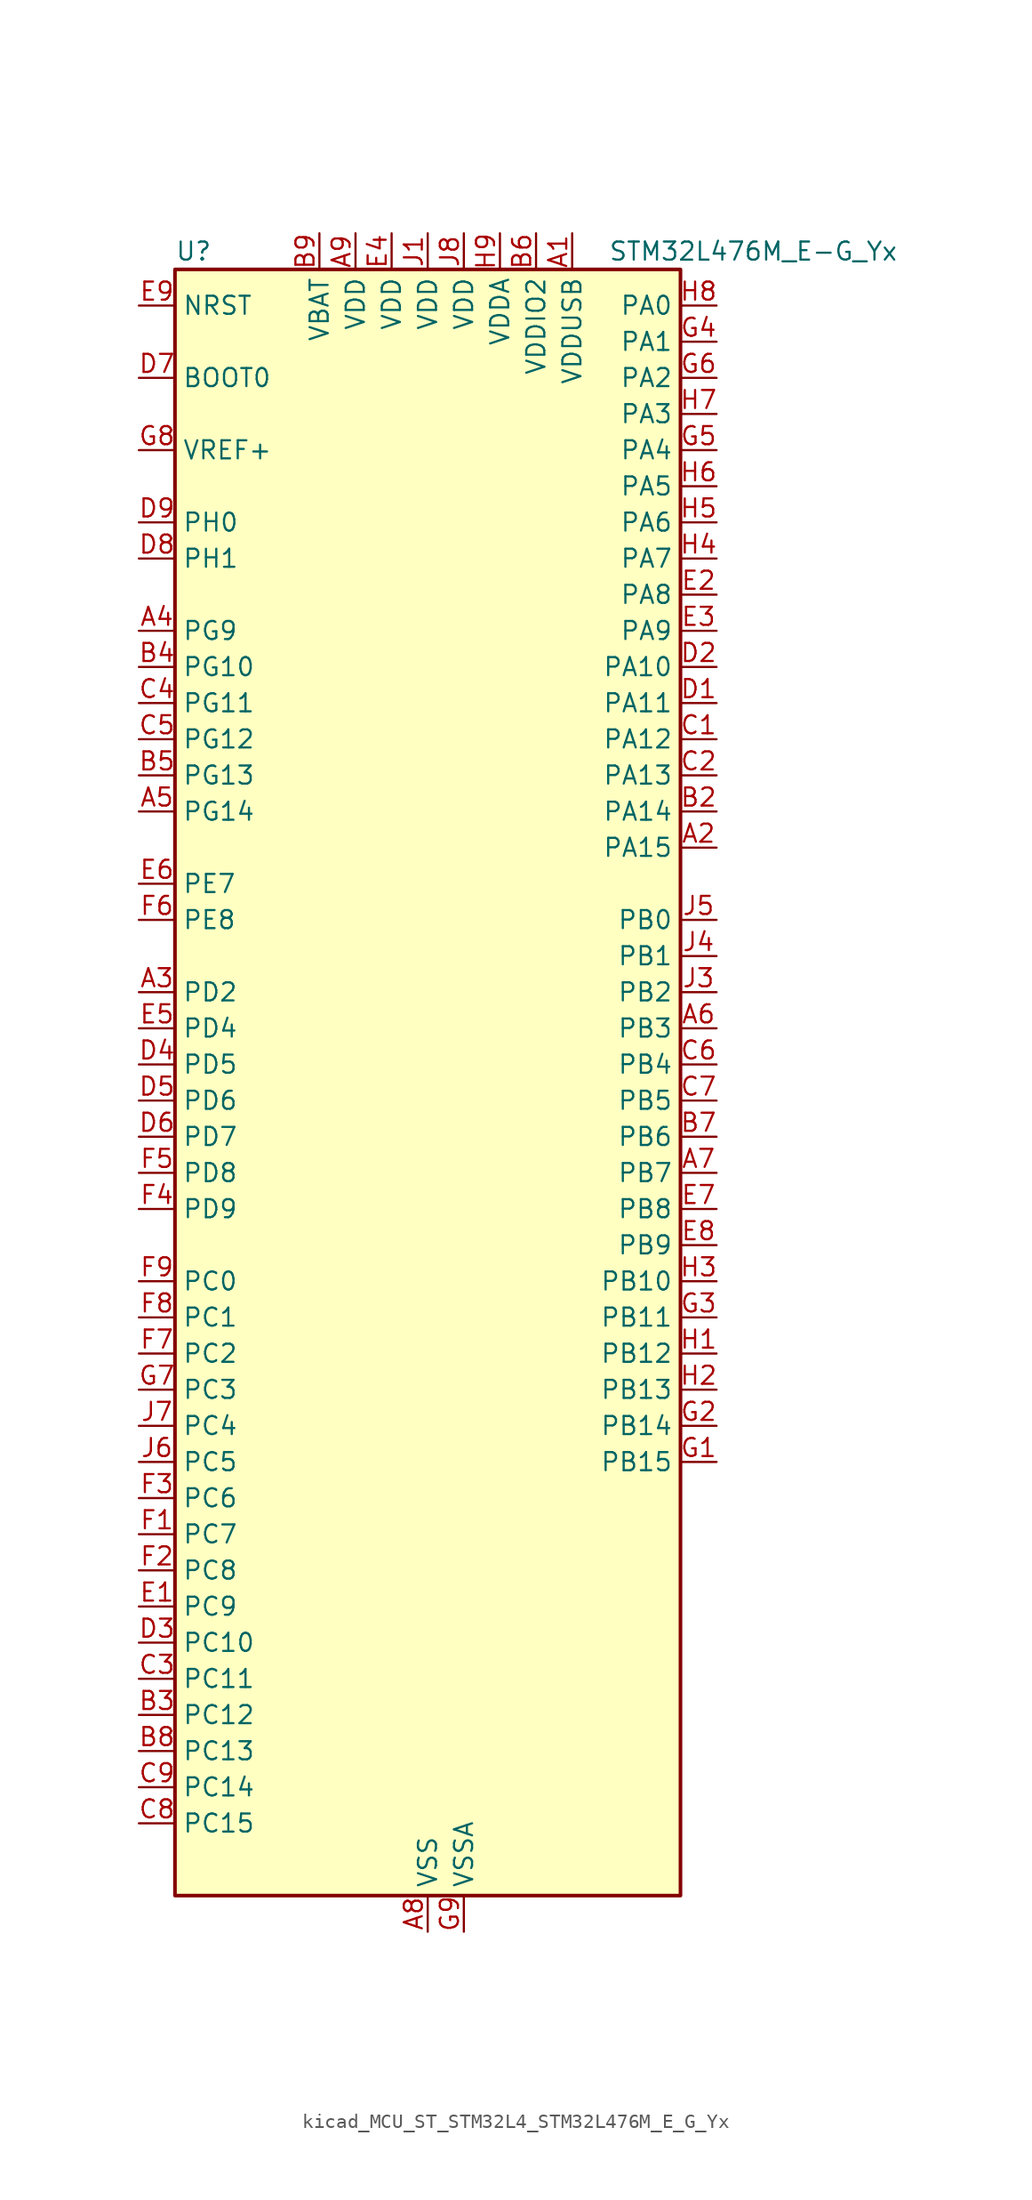
<source format=kicad_sym>
(kicad_symbol_lib
  (version 20220914)
  (generator kicad_symbol_editor)
  (symbol "kicad_MCU_ST_STM32L4_STM32L476M_E_G_Yx"
    (property "Reference" "U"
      (at -17.78 59.69 0)
      (effects (font (size 1.27 1.27)) (justify left)))
    (property "Value" "STM32L476M_E-G_Yx"
      (at 12.7 59.69 0)
      (effects (font (size 1.27 1.27)) (justify left)))
    (property "ki_locked" ""
      (at 0 0 0)
      (effects (font (size 1.27 1.27))))
    (symbol "kicad_MCU_ST_STM32L4_STM32L476M_E_G_Yx_0_1"
      (rectangle (start -17.78 -55.88) (end 17.78 58.42) (stroke (width 0.254) (type default)) (fill (type background))))
    (symbol "kicad_MCU_ST_STM32L4_STM32L476M_E_G_Yx_1_1"
      (pin power_in line (at 10.16 60.96 270) (length 2.54) (name "VDDUSB" (effects (font (size 1.27 1.27)))) (number "A1" (effects (font (size 1.27 1.27)))))
      (pin bidirectional line (at 20.32 17.78 180) (length 2.54) (name "PA15" (effects (font (size 1.27 1.27)))) (number "A2" (effects (font (size 1.27 1.27)))) (alternate "ADC1_EXTI15" bidirectional line) (alternate "ADC2_EXTI15" bidirectional line) (alternate "ADC3_EXTI15" bidirectional line) (alternate "LCD_SEG17" bidirectional line) (alternate "SAI2_FS_B" bidirectional line) (alternate "SPI1_NSS" bidirectional line) (alternate "SPI3_NSS" bidirectional line) (alternate "SYS_JTDI" bidirectional line) (alternate "TIM2_CH1" bidirectional line) (alternate "TIM2_ETR" bidirectional line) (alternate "TSC_G3_IO1" bidirectional line) (alternate "UART4_DE" bidirectional line) (alternate "UART4_RTS" bidirectional line))
      (pin bidirectional line (at -20.32 7.62 0) (length 2.54) (name "PD2" (effects (font (size 1.27 1.27)))) (number "A3" (effects (font (size 1.27 1.27)))) (alternate "LCD_COM7" bidirectional line) (alternate "LCD_SEG31" bidirectional line) (alternate "LCD_SEG43" bidirectional line) (alternate "SDMMC1_CMD" bidirectional line) (alternate "TIM3_ETR" bidirectional line) (alternate "TSC_SYNC" bidirectional line) (alternate "UART5_RX" bidirectional line) (alternate "USART3_DE" bidirectional line) (alternate "USART3_RTS" bidirectional line))
      (pin bidirectional line (at -20.32 33.02 0) (length 2.54) (name "PG9" (effects (font (size 1.27 1.27)))) (number "A4" (effects (font (size 1.27 1.27)))) (alternate "DAC1_EXTI9" bidirectional line) (alternate "SAI2_SCK_A" bidirectional line) (alternate "SPI3_SCK" bidirectional line) (alternate "TIM15_CH1N" bidirectional line) (alternate "USART1_TX" bidirectional line))
      (pin bidirectional line (at -20.32 20.32 0) (length 2.54) (name "PG14" (effects (font (size 1.27 1.27)))) (number "A5" (effects (font (size 1.27 1.27)))) (alternate "I2C1_SCL" bidirectional line))
      (pin bidirectional line (at 20.32 5.08 180) (length 2.54) (name "PB3" (effects (font (size 1.27 1.27)))) (number "A6" (effects (font (size 1.27 1.27)))) (alternate "COMP2_INM" bidirectional line) (alternate "LCD_SEG7" bidirectional line) (alternate "SAI1_SCK_B" bidirectional line) (alternate "SPI1_SCK" bidirectional line) (alternate "SPI3_SCK" bidirectional line) (alternate "SYS_JTDO-SWO" bidirectional line) (alternate "TIM2_CH2" bidirectional line) (alternate "USART1_DE" bidirectional line) (alternate "USART1_RTS" bidirectional line))
      (pin bidirectional line (at 20.32 -5.08 180) (length 2.54) (name "PB7" (effects (font (size 1.27 1.27)))) (number "A7" (effects (font (size 1.27 1.27)))) (alternate "COMP2_INM" bidirectional line) (alternate "DFSDM1_CKIN5" bidirectional line) (alternate "I2C1_SDA" bidirectional line) (alternate "LCD_SEG21" bidirectional line) (alternate "LPTIM1_IN2" bidirectional line) (alternate "SYS_PVD_IN" bidirectional line) (alternate "TIM17_CH1N" bidirectional line) (alternate "TIM4_CH2" bidirectional line) (alternate "TIM8_BKIN" bidirectional line) (alternate "TIM8_BKIN_COMP1" bidirectional line) (alternate "TSC_G2_IO4" bidirectional line) (alternate "UART4_CTS" bidirectional line) (alternate "USART1_RX" bidirectional line))
      (pin power_in line (at 0 -58.42 90) (length 2.54) (name "VSS" (effects (font (size 1.27 1.27)))) (number "A8" (effects (font (size 1.27 1.27)))))
      (pin power_in line (at -5.08 60.96 270) (length 2.54) (name "VDD" (effects (font (size 1.27 1.27)))) (number "A9" (effects (font (size 1.27 1.27)))))
      (pin passive line (at 0 -58.42 90) (length 2.54) hide (name "VSS" (effects (font (size 1.27 1.27)))) (number "B1" (effects (font (size 1.27 1.27)))))
      (pin bidirectional line (at 20.32 20.32 180) (length 2.54) (name "PA14" (effects (font (size 1.27 1.27)))) (number "B2" (effects (font (size 1.27 1.27)))) (alternate "SYS_JTCK-SWCLK" bidirectional line))
      (pin bidirectional line (at -20.32 -43.18 0) (length 2.54) (name "PC12" (effects (font (size 1.27 1.27)))) (number "B3" (effects (font (size 1.27 1.27)))) (alternate "LCD_COM6" bidirectional line) (alternate "LCD_SEG30" bidirectional line) (alternate "LCD_SEG42" bidirectional line) (alternate "SAI2_SD_B" bidirectional line) (alternate "SDMMC1_CK" bidirectional line) (alternate "SPI3_MOSI" bidirectional line) (alternate "TSC_G3_IO4" bidirectional line) (alternate "UART5_TX" bidirectional line) (alternate "USART3_CK" bidirectional line))
      (pin bidirectional line (at -20.32 30.48 0) (length 2.54) (name "PG10" (effects (font (size 1.27 1.27)))) (number "B4" (effects (font (size 1.27 1.27)))) (alternate "LPTIM1_IN1" bidirectional line) (alternate "SAI2_FS_A" bidirectional line) (alternate "SPI3_MISO" bidirectional line) (alternate "TIM15_CH1" bidirectional line) (alternate "USART1_RX" bidirectional line))
      (pin bidirectional line (at -20.32 22.86 0) (length 2.54) (name "PG13" (effects (font (size 1.27 1.27)))) (number "B5" (effects (font (size 1.27 1.27)))) (alternate "I2C1_SDA" bidirectional line) (alternate "USART1_CK" bidirectional line))
      (pin power_in line (at 7.62 60.96 270) (length 2.54) (name "VDDIO2" (effects (font (size 1.27 1.27)))) (number "B6" (effects (font (size 1.27 1.27)))))
      (pin bidirectional line (at 20.32 -2.54 180) (length 2.54) (name "PB6" (effects (font (size 1.27 1.27)))) (number "B7" (effects (font (size 1.27 1.27)))) (alternate "COMP2_INP" bidirectional line) (alternate "DFSDM1_DATIN5" bidirectional line) (alternate "I2C1_SCL" bidirectional line) (alternate "LPTIM1_ETR" bidirectional line) (alternate "SAI1_FS_B" bidirectional line) (alternate "TIM16_CH1N" bidirectional line) (alternate "TIM4_CH1" bidirectional line) (alternate "TIM8_BKIN2" bidirectional line) (alternate "TIM8_BKIN2_COMP2" bidirectional line) (alternate "TSC_G2_IO3" bidirectional line) (alternate "USART1_TX" bidirectional line))
      (pin bidirectional line (at -20.32 -45.72 0) (length 2.54) (name "PC13" (effects (font (size 1.27 1.27)))) (number "B8" (effects (font (size 1.27 1.27)))) (alternate "RTC_OUT_ALARM" bidirectional line) (alternate "RTC_OUT_CALIB" bidirectional line) (alternate "RTC_TAMP1" bidirectional line) (alternate "RTC_TS" bidirectional line) (alternate "SYS_WKUP2" bidirectional line))
      (pin power_in line (at -7.62 60.96 270) (length 2.54) (name "VBAT" (effects (font (size 1.27 1.27)))) (number "B9" (effects (font (size 1.27 1.27)))))
      (pin bidirectional line (at 20.32 25.4 180) (length 2.54) (name "PA12" (effects (font (size 1.27 1.27)))) (number "C1" (effects (font (size 1.27 1.27)))) (alternate "CAN1_TX" bidirectional line) (alternate "TIM1_ETR" bidirectional line) (alternate "USART1_DE" bidirectional line) (alternate "USART1_RTS" bidirectional line) (alternate "USB_OTG_FS_DP" bidirectional line))
      (pin bidirectional line (at 20.32 22.86 180) (length 2.54) (name "PA13" (effects (font (size 1.27 1.27)))) (number "C2" (effects (font (size 1.27 1.27)))) (alternate "IR_OUT" bidirectional line) (alternate "SYS_JTMS-SWDIO" bidirectional line) (alternate "USB_OTG_FS_NOE" bidirectional line))
      (pin bidirectional line (at -20.32 -40.64 0) (length 2.54) (name "PC11" (effects (font (size 1.27 1.27)))) (number "C3" (effects (font (size 1.27 1.27)))) (alternate "ADC1_EXTI11" bidirectional line) (alternate "ADC2_EXTI11" bidirectional line) (alternate "ADC3_EXTI11" bidirectional line) (alternate "LCD_COM5" bidirectional line) (alternate "LCD_SEG29" bidirectional line) (alternate "LCD_SEG41" bidirectional line) (alternate "SAI2_MCLK_B" bidirectional line) (alternate "SDMMC1_D3" bidirectional line) (alternate "SPI3_MISO" bidirectional line) (alternate "TSC_G3_IO3" bidirectional line) (alternate "UART4_RX" bidirectional line) (alternate "USART3_RX" bidirectional line))
      (pin bidirectional line (at -20.32 27.94 0) (length 2.54) (name "PG11" (effects (font (size 1.27 1.27)))) (number "C4" (effects (font (size 1.27 1.27)))) (alternate "ADC1_EXTI11" bidirectional line) (alternate "ADC2_EXTI11" bidirectional line) (alternate "ADC3_EXTI11" bidirectional line) (alternate "LPTIM1_IN2" bidirectional line) (alternate "SAI2_MCLK_A" bidirectional line) (alternate "SPI3_MOSI" bidirectional line) (alternate "TIM15_CH2" bidirectional line) (alternate "USART1_CTS" bidirectional line))
      (pin bidirectional line (at -20.32 25.4 0) (length 2.54) (name "PG12" (effects (font (size 1.27 1.27)))) (number "C5" (effects (font (size 1.27 1.27)))) (alternate "LPTIM1_ETR" bidirectional line) (alternate "SAI2_SD_A" bidirectional line) (alternate "SPI3_NSS" bidirectional line) (alternate "USART1_DE" bidirectional line) (alternate "USART1_RTS" bidirectional line))
      (pin bidirectional line (at 20.32 2.54 180) (length 2.54) (name "PB4" (effects (font (size 1.27 1.27)))) (number "C6" (effects (font (size 1.27 1.27)))) (alternate "COMP2_INP" bidirectional line) (alternate "LCD_SEG8" bidirectional line) (alternate "SAI1_MCLK_B" bidirectional line) (alternate "SPI1_MISO" bidirectional line) (alternate "SPI3_MISO" bidirectional line) (alternate "SYS_JTRST" bidirectional line) (alternate "TIM17_BKIN" bidirectional line) (alternate "TIM3_CH1" bidirectional line) (alternate "TSC_G2_IO1" bidirectional line) (alternate "UART5_DE" bidirectional line) (alternate "UART5_RTS" bidirectional line) (alternate "USART1_CTS" bidirectional line))
      (pin bidirectional line (at 20.32 0 180) (length 2.54) (name "PB5" (effects (font (size 1.27 1.27)))) (number "C7" (effects (font (size 1.27 1.27)))) (alternate "COMP2_OUT" bidirectional line) (alternate "I2C1_SMBA" bidirectional line) (alternate "LCD_SEG9" bidirectional line) (alternate "LPTIM1_IN1" bidirectional line) (alternate "SAI1_SD_B" bidirectional line) (alternate "SPI1_MOSI" bidirectional line) (alternate "SPI3_MOSI" bidirectional line) (alternate "TIM16_BKIN" bidirectional line) (alternate "TIM3_CH2" bidirectional line) (alternate "TSC_G2_IO2" bidirectional line) (alternate "UART5_CTS" bidirectional line) (alternate "USART1_CK" bidirectional line))
      (pin bidirectional line (at -20.32 -50.8 0) (length 2.54) (name "PC15" (effects (font (size 1.27 1.27)))) (number "C8" (effects (font (size 1.27 1.27)))) (alternate "ADC1_EXTI15" bidirectional line) (alternate "ADC2_EXTI15" bidirectional line) (alternate "ADC3_EXTI15" bidirectional line) (alternate "RCC_OSC32_OUT" bidirectional line))
      (pin bidirectional line (at -20.32 -48.26 0) (length 2.54) (name "PC14" (effects (font (size 1.27 1.27)))) (number "C9" (effects (font (size 1.27 1.27)))) (alternate "RCC_OSC32_IN" bidirectional line))
      (pin bidirectional line (at 20.32 27.94 180) (length 2.54) (name "PA11" (effects (font (size 1.27 1.27)))) (number "D1" (effects (font (size 1.27 1.27)))) (alternate "ADC1_EXTI11" bidirectional line) (alternate "ADC2_EXTI11" bidirectional line) (alternate "ADC3_EXTI11" bidirectional line) (alternate "CAN1_RX" bidirectional line) (alternate "TIM1_BKIN2" bidirectional line) (alternate "TIM1_BKIN2_COMP1" bidirectional line) (alternate "TIM1_CH4" bidirectional line) (alternate "USART1_CTS" bidirectional line) (alternate "USB_OTG_FS_DM" bidirectional line))
      (pin bidirectional line (at 20.32 30.48 180) (length 2.54) (name "PA10" (effects (font (size 1.27 1.27)))) (number "D2" (effects (font (size 1.27 1.27)))) (alternate "LCD_COM2" bidirectional line) (alternate "TIM17_BKIN" bidirectional line) (alternate "TIM1_CH3" bidirectional line) (alternate "USART1_RX" bidirectional line) (alternate "USB_OTG_FS_ID" bidirectional line))
      (pin bidirectional line (at -20.32 -38.1 0) (length 2.54) (name "PC10" (effects (font (size 1.27 1.27)))) (number "D3" (effects (font (size 1.27 1.27)))) (alternate "LCD_COM4" bidirectional line) (alternate "LCD_SEG28" bidirectional line) (alternate "LCD_SEG40" bidirectional line) (alternate "SAI2_SCK_B" bidirectional line) (alternate "SDMMC1_D2" bidirectional line) (alternate "SPI3_SCK" bidirectional line) (alternate "TSC_G3_IO2" bidirectional line) (alternate "UART4_TX" bidirectional line) (alternate "USART3_TX" bidirectional line))
      (pin bidirectional line (at -20.32 2.54 0) (length 2.54) (name "PD5" (effects (font (size 1.27 1.27)))) (number "D4" (effects (font (size 1.27 1.27)))) (alternate "USART2_TX" bidirectional line))
      (pin bidirectional line (at -20.32 0 0) (length 2.54) (name "PD6" (effects (font (size 1.27 1.27)))) (number "D5" (effects (font (size 1.27 1.27)))) (alternate "DFSDM1_DATIN1" bidirectional line) (alternate "SAI1_SD_A" bidirectional line) (alternate "USART2_RX" bidirectional line))
      (pin bidirectional line (at -20.32 -2.54 0) (length 2.54) (name "PD7" (effects (font (size 1.27 1.27)))) (number "D6" (effects (font (size 1.27 1.27)))) (alternate "DFSDM1_CKIN1" bidirectional line) (alternate "USART2_CK" bidirectional line))
      (pin input line (at -20.32 50.8 0) (length 2.54) (name "BOOT0" (effects (font (size 1.27 1.27)))) (number "D7" (effects (font (size 1.27 1.27)))))
      (pin bidirectional line (at -20.32 38.1 0) (length 2.54) (name "PH1" (effects (font (size 1.27 1.27)))) (number "D8" (effects (font (size 1.27 1.27)))) (alternate "RCC_OSC_OUT" bidirectional line))
      (pin bidirectional line (at -20.32 40.64 0) (length 2.54) (name "PH0" (effects (font (size 1.27 1.27)))) (number "D9" (effects (font (size 1.27 1.27)))) (alternate "RCC_OSC_IN" bidirectional line))
      (pin bidirectional line (at -20.32 -35.56 0) (length 2.54) (name "PC9" (effects (font (size 1.27 1.27)))) (number "E1" (effects (font (size 1.27 1.27)))) (alternate "DAC1_EXTI9" bidirectional line) (alternate "LCD_SEG27" bidirectional line) (alternate "SAI2_EXTCLK" bidirectional line) (alternate "SDMMC1_D1" bidirectional line) (alternate "TIM3_CH4" bidirectional line) (alternate "TIM8_BKIN2" bidirectional line) (alternate "TIM8_BKIN2_COMP1" bidirectional line) (alternate "TIM8_CH4" bidirectional line) (alternate "TSC_G4_IO4" bidirectional line) (alternate "USB_OTG_FS_NOE" bidirectional line))
      (pin bidirectional line (at 20.32 35.56 180) (length 2.54) (name "PA8" (effects (font (size 1.27 1.27)))) (number "E2" (effects (font (size 1.27 1.27)))) (alternate "LCD_COM0" bidirectional line) (alternate "LPTIM2_OUT" bidirectional line) (alternate "RCC_MCO" bidirectional line) (alternate "TIM1_CH1" bidirectional line) (alternate "USART1_CK" bidirectional line) (alternate "USB_OTG_FS_SOF" bidirectional line))
      (pin bidirectional line (at 20.32 33.02 180) (length 2.54) (name "PA9" (effects (font (size 1.27 1.27)))) (number "E3" (effects (font (size 1.27 1.27)))) (alternate "DAC1_EXTI9" bidirectional line) (alternate "LCD_COM1" bidirectional line) (alternate "TIM15_BKIN" bidirectional line) (alternate "TIM1_CH2" bidirectional line) (alternate "USART1_TX" bidirectional line) (alternate "USB_OTG_FS_VBUS" bidirectional line))
      (pin power_in line (at -2.54 60.96 270) (length 2.54) (name "VDD" (effects (font (size 1.27 1.27)))) (number "E4" (effects (font (size 1.27 1.27)))))
      (pin bidirectional line (at -20.32 5.08 0) (length 2.54) (name "PD4" (effects (font (size 1.27 1.27)))) (number "E5" (effects (font (size 1.27 1.27)))) (alternate "DFSDM1_CKIN0" bidirectional line) (alternate "SPI2_MOSI" bidirectional line) (alternate "USART2_DE" bidirectional line) (alternate "USART2_RTS" bidirectional line))
      (pin bidirectional line (at -20.32 15.24 0) (length 2.54) (name "PE7" (effects (font (size 1.27 1.27)))) (number "E6" (effects (font (size 1.27 1.27)))) (alternate "DFSDM1_DATIN2" bidirectional line) (alternate "SAI1_SD_B" bidirectional line) (alternate "TIM1_ETR" bidirectional line))
      (pin bidirectional line (at 20.32 -7.62 180) (length 2.54) (name "PB8" (effects (font (size 1.27 1.27)))) (number "E7" (effects (font (size 1.27 1.27)))) (alternate "CAN1_RX" bidirectional line) (alternate "DFSDM1_DATIN6" bidirectional line) (alternate "I2C1_SCL" bidirectional line) (alternate "LCD_SEG16" bidirectional line) (alternate "SAI1_MCLK_A" bidirectional line) (alternate "SDMMC1_D4" bidirectional line) (alternate "TIM16_CH1" bidirectional line) (alternate "TIM4_CH3" bidirectional line))
      (pin bidirectional line (at 20.32 -10.16 180) (length 2.54) (name "PB9" (effects (font (size 1.27 1.27)))) (number "E8" (effects (font (size 1.27 1.27)))) (alternate "CAN1_TX" bidirectional line) (alternate "DAC1_EXTI9" bidirectional line) (alternate "DFSDM1_CKIN6" bidirectional line) (alternate "I2C1_SDA" bidirectional line) (alternate "IR_OUT" bidirectional line) (alternate "LCD_COM3" bidirectional line) (alternate "SAI1_FS_A" bidirectional line) (alternate "SDMMC1_D5" bidirectional line) (alternate "SPI2_NSS" bidirectional line) (alternate "TIM17_CH1" bidirectional line) (alternate "TIM4_CH4" bidirectional line))
      (pin input line (at -20.32 55.88 0) (length 2.54) (name "NRST" (effects (font (size 1.27 1.27)))) (number "E9" (effects (font (size 1.27 1.27)))))
      (pin bidirectional line (at -20.32 -30.48 0) (length 2.54) (name "PC7" (effects (font (size 1.27 1.27)))) (number "F1" (effects (font (size 1.27 1.27)))) (alternate "DFSDM1_DATIN3" bidirectional line) (alternate "LCD_SEG25" bidirectional line) (alternate "SAI2_MCLK_B" bidirectional line) (alternate "SDMMC1_D7" bidirectional line) (alternate "TIM3_CH2" bidirectional line) (alternate "TIM8_CH2" bidirectional line) (alternate "TSC_G4_IO2" bidirectional line))
      (pin bidirectional line (at -20.32 -33.02 0) (length 2.54) (name "PC8" (effects (font (size 1.27 1.27)))) (number "F2" (effects (font (size 1.27 1.27)))) (alternate "LCD_SEG26" bidirectional line) (alternate "SDMMC1_D0" bidirectional line) (alternate "TIM3_CH3" bidirectional line) (alternate "TIM8_CH3" bidirectional line) (alternate "TSC_G4_IO3" bidirectional line))
      (pin bidirectional line (at -20.32 -27.94 0) (length 2.54) (name "PC6" (effects (font (size 1.27 1.27)))) (number "F3" (effects (font (size 1.27 1.27)))) (alternate "DFSDM1_CKIN3" bidirectional line) (alternate "LCD_SEG24" bidirectional line) (alternate "SAI2_MCLK_A" bidirectional line) (alternate "SDMMC1_D6" bidirectional line) (alternate "TIM3_CH1" bidirectional line) (alternate "TIM8_CH1" bidirectional line) (alternate "TSC_G4_IO1" bidirectional line))
      (pin bidirectional line (at -20.32 -7.62 0) (length 2.54) (name "PD9" (effects (font (size 1.27 1.27)))) (number "F4" (effects (font (size 1.27 1.27)))) (alternate "DAC1_EXTI9" bidirectional line) (alternate "LCD_SEG29" bidirectional line) (alternate "SAI2_MCLK_A" bidirectional line) (alternate "USART3_RX" bidirectional line))
      (pin bidirectional line (at -20.32 -5.08 0) (length 2.54) (name "PD8" (effects (font (size 1.27 1.27)))) (number "F5" (effects (font (size 1.27 1.27)))) (alternate "LCD_SEG28" bidirectional line) (alternate "USART3_TX" bidirectional line))
      (pin bidirectional line (at -20.32 12.7 0) (length 2.54) (name "PE8" (effects (font (size 1.27 1.27)))) (number "F6" (effects (font (size 1.27 1.27)))) (alternate "DFSDM1_CKIN2" bidirectional line) (alternate "SAI1_SCK_B" bidirectional line) (alternate "TIM1_CH1N" bidirectional line))
      (pin bidirectional line (at -20.32 -17.78 0) (length 2.54) (name "PC2" (effects (font (size 1.27 1.27)))) (number "F7" (effects (font (size 1.27 1.27)))) (alternate "ADC1_IN3" bidirectional line) (alternate "ADC2_IN3" bidirectional line) (alternate "ADC3_IN3" bidirectional line) (alternate "DFSDM1_CKOUT" bidirectional line) (alternate "LCD_SEG20" bidirectional line) (alternate "LPTIM1_IN2" bidirectional line) (alternate "SPI2_MISO" bidirectional line))
      (pin bidirectional line (at -20.32 -15.24 0) (length 2.54) (name "PC1" (effects (font (size 1.27 1.27)))) (number "F8" (effects (font (size 1.27 1.27)))) (alternate "ADC1_IN2" bidirectional line) (alternate "ADC2_IN2" bidirectional line) (alternate "ADC3_IN2" bidirectional line) (alternate "DFSDM1_CKIN4" bidirectional line) (alternate "I2C3_SDA" bidirectional line) (alternate "LCD_SEG19" bidirectional line) (alternate "LPTIM1_OUT" bidirectional line) (alternate "LPUART1_TX" bidirectional line))
      (pin bidirectional line (at -20.32 -12.7 0) (length 2.54) (name "PC0" (effects (font (size 1.27 1.27)))) (number "F9" (effects (font (size 1.27 1.27)))) (alternate "ADC1_IN1" bidirectional line) (alternate "ADC2_IN1" bidirectional line) (alternate "ADC3_IN1" bidirectional line) (alternate "DFSDM1_DATIN4" bidirectional line) (alternate "I2C3_SCL" bidirectional line) (alternate "LCD_SEG18" bidirectional line) (alternate "LPTIM1_IN1" bidirectional line) (alternate "LPTIM2_IN1" bidirectional line) (alternate "LPUART1_RX" bidirectional line))
      (pin bidirectional line (at 20.32 -25.4 180) (length 2.54) (name "PB15" (effects (font (size 1.27 1.27)))) (number "G1" (effects (font (size 1.27 1.27)))) (alternate "ADC1_EXTI15" bidirectional line) (alternate "ADC2_EXTI15" bidirectional line) (alternate "ADC3_EXTI15" bidirectional line) (alternate "DFSDM1_CKIN2" bidirectional line) (alternate "LCD_SEG15" bidirectional line) (alternate "RTC_REFIN" bidirectional line) (alternate "SAI2_SD_A" bidirectional line) (alternate "SPI2_MOSI" bidirectional line) (alternate "SWPMI1_SUSPEND" bidirectional line) (alternate "TIM15_CH2" bidirectional line) (alternate "TIM1_CH3N" bidirectional line) (alternate "TIM8_CH3N" bidirectional line) (alternate "TSC_G1_IO4" bidirectional line))
      (pin bidirectional line (at 20.32 -22.86 180) (length 2.54) (name "PB14" (effects (font (size 1.27 1.27)))) (number "G2" (effects (font (size 1.27 1.27)))) (alternate "DFSDM1_DATIN2" bidirectional line) (alternate "I2C2_SDA" bidirectional line) (alternate "LCD_SEG14" bidirectional line) (alternate "SAI2_MCLK_A" bidirectional line) (alternate "SPI2_MISO" bidirectional line) (alternate "SWPMI1_RX" bidirectional line) (alternate "TIM15_CH1" bidirectional line) (alternate "TIM1_CH2N" bidirectional line) (alternate "TIM8_CH2N" bidirectional line) (alternate "TSC_G1_IO3" bidirectional line) (alternate "USART3_DE" bidirectional line) (alternate "USART3_RTS" bidirectional line))
      (pin bidirectional line (at 20.32 -15.24 180) (length 2.54) (name "PB11" (effects (font (size 1.27 1.27)))) (number "G3" (effects (font (size 1.27 1.27)))) (alternate "ADC1_EXTI11" bidirectional line) (alternate "ADC2_EXTI11" bidirectional line) (alternate "ADC3_EXTI11" bidirectional line) (alternate "COMP2_OUT" bidirectional line) (alternate "DFSDM1_CKIN7" bidirectional line) (alternate "I2C2_SDA" bidirectional line) (alternate "LCD_SEG11" bidirectional line) (alternate "LPUART1_TX" bidirectional line) (alternate "QUADSPI_NCS" bidirectional line) (alternate "TIM2_CH4" bidirectional line) (alternate "USART3_RX" bidirectional line))
      (pin bidirectional line (at 20.32 53.34 180) (length 2.54) (name "PA1" (effects (font (size 1.27 1.27)))) (number "G4" (effects (font (size 1.27 1.27)))) (alternate "ADC1_IN6" bidirectional line) (alternate "ADC2_IN6" bidirectional line) (alternate "LCD_SEG0" bidirectional line) (alternate "OPAMP1_VINM" bidirectional line) (alternate "TIM15_CH1N" bidirectional line) (alternate "TIM2_CH2" bidirectional line) (alternate "TIM5_CH2" bidirectional line) (alternate "UART4_RX" bidirectional line) (alternate "USART2_DE" bidirectional line) (alternate "USART2_RTS" bidirectional line))
      (pin bidirectional line (at 20.32 45.72 180) (length 2.54) (name "PA4" (effects (font (size 1.27 1.27)))) (number "G5" (effects (font (size 1.27 1.27)))) (alternate "ADC1_IN9" bidirectional line) (alternate "ADC2_IN9" bidirectional line) (alternate "DAC1_OUT1" bidirectional line) (alternate "LPTIM2_OUT" bidirectional line) (alternate "SAI1_FS_B" bidirectional line) (alternate "SPI1_NSS" bidirectional line) (alternate "SPI3_NSS" bidirectional line) (alternate "USART2_CK" bidirectional line))
      (pin bidirectional line (at 20.32 50.8 180) (length 2.54) (name "PA2" (effects (font (size 1.27 1.27)))) (number "G6" (effects (font (size 1.27 1.27)))) (alternate "ADC1_IN7" bidirectional line) (alternate "ADC2_IN7" bidirectional line) (alternate "LCD_SEG1" bidirectional line) (alternate "RCC_LSCO" bidirectional line) (alternate "SAI2_EXTCLK" bidirectional line) (alternate "SYS_WKUP4" bidirectional line) (alternate "TIM15_CH1" bidirectional line) (alternate "TIM2_CH3" bidirectional line) (alternate "TIM5_CH3" bidirectional line) (alternate "USART2_TX" bidirectional line))
      (pin bidirectional line (at -20.32 -20.32 0) (length 2.54) (name "PC3" (effects (font (size 1.27 1.27)))) (number "G7" (effects (font (size 1.27 1.27)))) (alternate "ADC1_IN4" bidirectional line) (alternate "ADC2_IN4" bidirectional line) (alternate "ADC3_IN4" bidirectional line) (alternate "LCD_VLCD" bidirectional line) (alternate "LPTIM1_ETR" bidirectional line) (alternate "LPTIM2_ETR" bidirectional line) (alternate "SAI1_SD_A" bidirectional line) (alternate "SPI2_MOSI" bidirectional line))
      (pin input line (at -20.32 45.72 0) (length 2.54) (name "VREF+" (effects (font (size 1.27 1.27)))) (number "G8" (effects (font (size 1.27 1.27)))) (alternate "VREFBUF_OUT" bidirectional line))
      (pin power_in line (at 2.54 -58.42 90) (length 2.54) (name "VSSA" (effects (font (size 1.27 1.27)))) (number "G9" (effects (font (size 1.27 1.27)))))
      (pin bidirectional line (at 20.32 -17.78 180) (length 2.54) (name "PB12" (effects (font (size 1.27 1.27)))) (number "H1" (effects (font (size 1.27 1.27)))) (alternate "DFSDM1_DATIN1" bidirectional line) (alternate "I2C2_SMBA" bidirectional line) (alternate "LCD_SEG12" bidirectional line) (alternate "LPUART1_DE" bidirectional line) (alternate "LPUART1_RTS" bidirectional line) (alternate "SAI2_FS_A" bidirectional line) (alternate "SPI2_NSS" bidirectional line) (alternate "SWPMI1_IO" bidirectional line) (alternate "TIM15_BKIN" bidirectional line) (alternate "TIM1_BKIN" bidirectional line) (alternate "TIM1_BKIN_COMP2" bidirectional line) (alternate "TSC_G1_IO1" bidirectional line) (alternate "USART3_CK" bidirectional line))
      (pin bidirectional line (at 20.32 -20.32 180) (length 2.54) (name "PB13" (effects (font (size 1.27 1.27)))) (number "H2" (effects (font (size 1.27 1.27)))) (alternate "DFSDM1_CKIN1" bidirectional line) (alternate "I2C2_SCL" bidirectional line) (alternate "LCD_SEG13" bidirectional line) (alternate "LPUART1_CTS" bidirectional line) (alternate "SAI2_SCK_A" bidirectional line) (alternate "SPI2_SCK" bidirectional line) (alternate "SWPMI1_TX" bidirectional line) (alternate "TIM15_CH1N" bidirectional line) (alternate "TIM1_CH1N" bidirectional line) (alternate "TSC_G1_IO2" bidirectional line) (alternate "USART3_CTS" bidirectional line))
      (pin bidirectional line (at 20.32 -12.7 180) (length 2.54) (name "PB10" (effects (font (size 1.27 1.27)))) (number "H3" (effects (font (size 1.27 1.27)))) (alternate "COMP1_OUT" bidirectional line) (alternate "DFSDM1_DATIN7" bidirectional line) (alternate "I2C2_SCL" bidirectional line) (alternate "LCD_SEG10" bidirectional line) (alternate "LPUART1_RX" bidirectional line) (alternate "QUADSPI_CLK" bidirectional line) (alternate "SAI1_SCK_A" bidirectional line) (alternate "SPI2_SCK" bidirectional line) (alternate "TIM2_CH3" bidirectional line) (alternate "USART3_TX" bidirectional line))
      (pin bidirectional line (at 20.32 38.1 180) (length 2.54) (name "PA7" (effects (font (size 1.27 1.27)))) (number "H4" (effects (font (size 1.27 1.27)))) (alternate "ADC1_IN12" bidirectional line) (alternate "ADC2_IN12" bidirectional line) (alternate "LCD_SEG4" bidirectional line) (alternate "OPAMP2_VINM" bidirectional line) (alternate "QUADSPI_BK1_IO2" bidirectional line) (alternate "SPI1_MOSI" bidirectional line) (alternate "TIM17_CH1" bidirectional line) (alternate "TIM1_CH1N" bidirectional line) (alternate "TIM3_CH2" bidirectional line) (alternate "TIM8_CH1N" bidirectional line))
      (pin bidirectional line (at 20.32 40.64 180) (length 2.54) (name "PA6" (effects (font (size 1.27 1.27)))) (number "H5" (effects (font (size 1.27 1.27)))) (alternate "ADC1_IN11" bidirectional line) (alternate "ADC2_IN11" bidirectional line) (alternate "LCD_SEG3" bidirectional line) (alternate "OPAMP2_VINP" bidirectional line) (alternate "QUADSPI_BK1_IO3" bidirectional line) (alternate "SPI1_MISO" bidirectional line) (alternate "TIM16_CH1" bidirectional line) (alternate "TIM1_BKIN" bidirectional line) (alternate "TIM1_BKIN_COMP2" bidirectional line) (alternate "TIM3_CH1" bidirectional line) (alternate "TIM8_BKIN" bidirectional line) (alternate "TIM8_BKIN_COMP2" bidirectional line) (alternate "USART3_CTS" bidirectional line))
      (pin bidirectional line (at 20.32 43.18 180) (length 2.54) (name "PA5" (effects (font (size 1.27 1.27)))) (number "H6" (effects (font (size 1.27 1.27)))) (alternate "ADC1_IN10" bidirectional line) (alternate "ADC2_IN10" bidirectional line) (alternate "DAC1_OUT2" bidirectional line) (alternate "LPTIM2_ETR" bidirectional line) (alternate "SPI1_SCK" bidirectional line) (alternate "TIM2_CH1" bidirectional line) (alternate "TIM2_ETR" bidirectional line) (alternate "TIM8_CH1N" bidirectional line))
      (pin bidirectional line (at 20.32 48.26 180) (length 2.54) (name "PA3" (effects (font (size 1.27 1.27)))) (number "H7" (effects (font (size 1.27 1.27)))) (alternate "ADC1_IN8" bidirectional line) (alternate "ADC2_IN8" bidirectional line) (alternate "LCD_SEG2" bidirectional line) (alternate "OPAMP1_VOUT" bidirectional line) (alternate "TIM15_CH2" bidirectional line) (alternate "TIM2_CH4" bidirectional line) (alternate "TIM5_CH4" bidirectional line) (alternate "USART2_RX" bidirectional line))
      (pin bidirectional line (at 20.32 55.88 180) (length 2.54) (name "PA0" (effects (font (size 1.27 1.27)))) (number "H8" (effects (font (size 1.27 1.27)))) (alternate "ADC1_IN5" bidirectional line) (alternate "ADC2_IN5" bidirectional line) (alternate "OPAMP1_VINP" bidirectional line) (alternate "RTC_TAMP2" bidirectional line) (alternate "SAI1_EXTCLK" bidirectional line) (alternate "SYS_WKUP1" bidirectional line) (alternate "TIM2_CH1" bidirectional line) (alternate "TIM2_ETR" bidirectional line) (alternate "TIM5_CH1" bidirectional line) (alternate "TIM8_ETR" bidirectional line) (alternate "UART4_TX" bidirectional line) (alternate "USART2_CTS" bidirectional line))
      (pin power_in line (at 5.08 60.96 270) (length 2.54) (name "VDDA" (effects (font (size 1.27 1.27)))) (number "H9" (effects (font (size 1.27 1.27)))))
      (pin power_in line (at 0 60.96 270) (length 2.54) (name "VDD" (effects (font (size 1.27 1.27)))) (number "J1" (effects (font (size 1.27 1.27)))))
      (pin passive line (at 0 -58.42 90) (length 2.54) hide (name "VSS" (effects (font (size 1.27 1.27)))) (number "J2" (effects (font (size 1.27 1.27)))))
      (pin bidirectional line (at 20.32 7.62 180) (length 2.54) (name "PB2" (effects (font (size 1.27 1.27)))) (number "J3" (effects (font (size 1.27 1.27)))) (alternate "COMP1_INP" bidirectional line) (alternate "DFSDM1_CKIN0" bidirectional line) (alternate "I2C3_SMBA" bidirectional line) (alternate "LPTIM1_OUT" bidirectional line) (alternate "RTC_OUT_ALARM" bidirectional line) (alternate "RTC_OUT_CALIB" bidirectional line))
      (pin bidirectional line (at 20.32 10.16 180) (length 2.54) (name "PB1" (effects (font (size 1.27 1.27)))) (number "J4" (effects (font (size 1.27 1.27)))) (alternate "ADC1_IN16" bidirectional line) (alternate "ADC2_IN16" bidirectional line) (alternate "COMP1_INM" bidirectional line) (alternate "DFSDM1_DATIN0" bidirectional line) (alternate "LCD_SEG6" bidirectional line) (alternate "LPTIM2_IN1" bidirectional line) (alternate "QUADSPI_BK1_IO0" bidirectional line) (alternate "TIM1_CH3N" bidirectional line) (alternate "TIM3_CH4" bidirectional line) (alternate "TIM8_CH3N" bidirectional line) (alternate "USART3_DE" bidirectional line) (alternate "USART3_RTS" bidirectional line))
      (pin bidirectional line (at 20.32 12.7 180) (length 2.54) (name "PB0" (effects (font (size 1.27 1.27)))) (number "J5" (effects (font (size 1.27 1.27)))) (alternate "ADC1_IN15" bidirectional line) (alternate "ADC2_IN15" bidirectional line) (alternate "COMP1_OUT" bidirectional line) (alternate "LCD_SEG5" bidirectional line) (alternate "OPAMP2_VOUT" bidirectional line) (alternate "QUADSPI_BK1_IO1" bidirectional line) (alternate "TIM1_CH2N" bidirectional line) (alternate "TIM3_CH3" bidirectional line) (alternate "TIM8_CH2N" bidirectional line) (alternate "USART3_CK" bidirectional line))
      (pin bidirectional line (at -20.32 -25.4 0) (length 2.54) (name "PC5" (effects (font (size 1.27 1.27)))) (number "J6" (effects (font (size 1.27 1.27)))) (alternate "ADC1_IN14" bidirectional line) (alternate "ADC2_IN14" bidirectional line) (alternate "COMP1_INP" bidirectional line) (alternate "LCD_SEG23" bidirectional line) (alternate "SYS_WKUP5" bidirectional line) (alternate "USART3_RX" bidirectional line))
      (pin bidirectional line (at -20.32 -22.86 0) (length 2.54) (name "PC4" (effects (font (size 1.27 1.27)))) (number "J7" (effects (font (size 1.27 1.27)))) (alternate "ADC1_IN13" bidirectional line) (alternate "ADC2_IN13" bidirectional line) (alternate "COMP1_INM" bidirectional line) (alternate "LCD_SEG22" bidirectional line) (alternate "USART3_TX" bidirectional line))
      (pin power_in line (at 2.54 60.96 270) (length 2.54) (name "VDD" (effects (font (size 1.27 1.27)))) (number "J8" (effects (font (size 1.27 1.27)))))
      (pin passive line (at 0 -58.42 90) (length 2.54) hide (name "VSS" (effects (font (size 1.27 1.27)))) (number "J9" (effects (font (size 1.27 1.27))))))))
</source>
